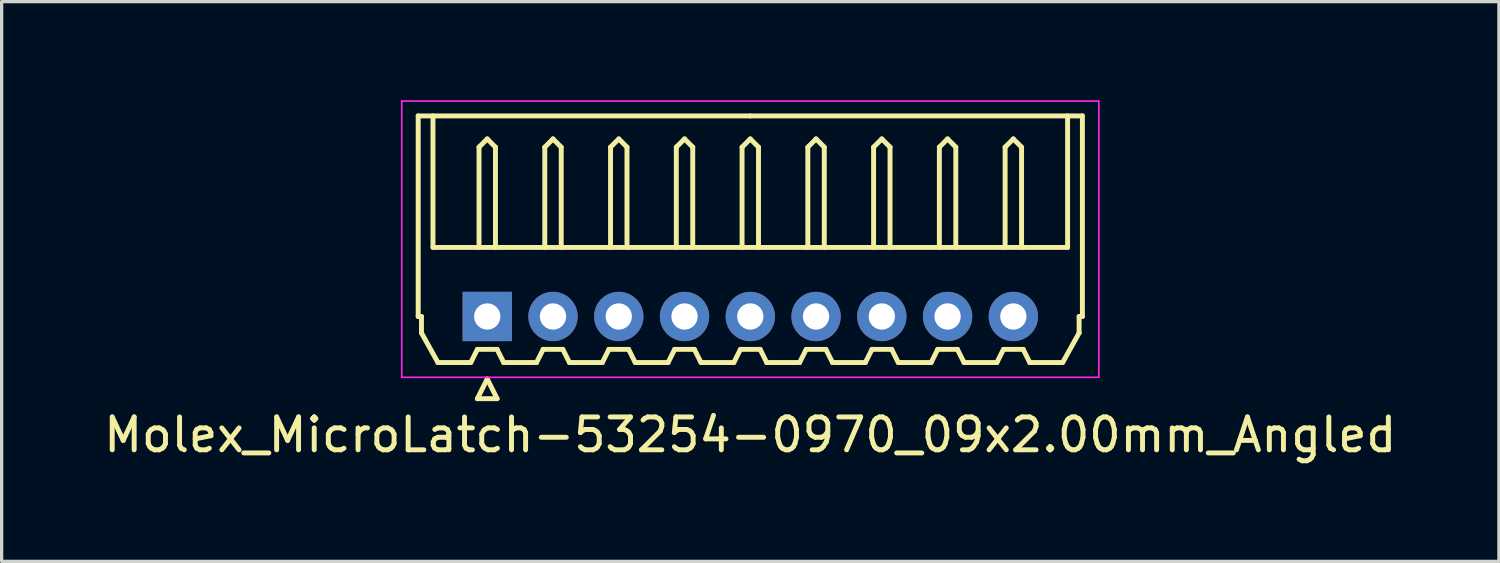
<source format=kicad_pcb>
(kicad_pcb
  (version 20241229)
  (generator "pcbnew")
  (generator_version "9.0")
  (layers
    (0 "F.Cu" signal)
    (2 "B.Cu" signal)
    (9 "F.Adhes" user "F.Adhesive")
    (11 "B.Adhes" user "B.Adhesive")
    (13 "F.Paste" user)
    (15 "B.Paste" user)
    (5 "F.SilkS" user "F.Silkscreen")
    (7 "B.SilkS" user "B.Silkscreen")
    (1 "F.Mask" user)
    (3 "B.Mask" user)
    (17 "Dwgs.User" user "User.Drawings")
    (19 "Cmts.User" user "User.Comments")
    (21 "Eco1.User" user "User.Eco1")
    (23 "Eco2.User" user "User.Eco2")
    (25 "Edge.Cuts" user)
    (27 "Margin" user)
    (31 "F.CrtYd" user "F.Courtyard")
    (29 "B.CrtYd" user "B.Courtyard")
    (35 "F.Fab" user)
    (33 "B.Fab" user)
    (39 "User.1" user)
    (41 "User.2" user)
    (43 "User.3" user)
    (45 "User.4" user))
  (footprint "Molex_MicroLatch-53254-0970_09x2.00mm_Angled"
    (layer "F.Cu")
    (at 11.768 6.575)
    (property "Reference" "Molex_MicroLatch-53254-0970_09x2.00mm_Angled" (at 8 3.6 0) (layer "F.SilkS") (effects (font (size 1 1) (thickness 0.15))))
    (attr through_hole)
    (fp_line (start -2.1 -6.1) (end 8 -6.1) (stroke (width 0.15) (type solid)) (layer "F.SilkS"))
    (fp_line (start -2.1 0) (end -2.1 -6.1) (stroke (width 0.15) (type solid)) (layer "F.SilkS"))
    (fp_line (start -2 0) (end -2.1 0) (stroke (width 0.15) (type solid)) (layer "F.SilkS"))
    (fp_line (start -2 0.5) (end -2 0) (stroke (width 0.15) (type solid)) (layer "F.SilkS"))
    (fp_line (start -1.65 -6.1) (end -1.65 -2.1) (stroke (width 0.15) (type solid)) (layer "F.SilkS"))
    (fp_line (start -1.65 -2.1) (end 17.65 -2.1) (stroke (width 0.15) (type solid)) (layer "F.SilkS"))
    (fp_line (start -1.5 1.4) (end -2 0.5) (stroke (width 0.15) (type solid)) (layer "F.SilkS"))
    (fp_line (start -0.5 1.4) (end -1.5 1.4) (stroke (width 0.15) (type solid)) (layer "F.SilkS"))
    (fp_line (start -0.3 1) (end -0.5 1.4) (stroke (width 0.15) (type solid)) (layer "F.SilkS"))
    (fp_line (start -0.3 1) (end 0.3 1) (stroke (width 0.15) (type solid)) (layer "F.SilkS"))
    (fp_line (start -0.3 2.5) (end 0.3 2.5) (stroke (width 0.15) (type solid)) (layer "F.SilkS"))
    (fp_line (start -0.25 -5.15) (end 0 -5.4) (stroke (width 0.15) (type solid)) (layer "F.SilkS"))
    (fp_line (start -0.25 -2.1) (end -0.25 -5.15) (stroke (width 0.15) (type solid)) (layer "F.SilkS"))
    (fp_line (start 0 -5.4) (end 0.25 -5.15) (stroke (width 0.15) (type solid)) (layer "F.SilkS"))
    (fp_line (start 0 1.9) (end -0.3 2.5) (stroke (width 0.15) (type solid)) (layer "F.SilkS"))
    (fp_line (start 0.25 -5.15) (end 0.25 -2.1) (stroke (width 0.15) (type solid)) (layer "F.SilkS"))
    (fp_line (start 0.3 1) (end 0.5 1.4) (stroke (width 0.15) (type solid)) (layer "F.SilkS"))
    (fp_line (start 0.3 2.5) (end 0 1.9) (stroke (width 0.15) (type solid)) (layer "F.SilkS"))
    (fp_line (start 0.5 1.4) (end 1.5 1.4) (stroke (width 0.15) (type solid)) (layer "F.SilkS"))
    (fp_line (start 1.5 1.4) (end 1.7 1) (stroke (width 0.15) (type solid)) (layer "F.SilkS"))
    (fp_line (start 1.7 1) (end 2.3 1) (stroke (width 0.15) (type solid)) (layer "F.SilkS"))
    (fp_line (start 1.75 -5.15) (end 2 -5.4) (stroke (width 0.15) (type solid)) (layer "F.SilkS"))
    (fp_line (start 1.75 -2.1) (end 1.75 -5.15) (stroke (width 0.15) (type solid)) (layer "F.SilkS"))
    (fp_line (start 2 -5.4) (end 2.25 -5.15) (stroke (width 0.15) (type solid)) (layer "F.SilkS"))
    (fp_line (start 2.25 -5.15) (end 2.25 -2.1) (stroke (width 0.15) (type solid)) (layer "F.SilkS"))
    (fp_line (start 2.3 1) (end 2.5 1.4) (stroke (width 0.15) (type solid)) (layer "F.SilkS"))
    (fp_line (start 2.5 1.4) (end 3.5 1.4) (stroke (width 0.15) (type solid)) (layer "F.SilkS"))
    (fp_line (start 3.5 1.4) (end 3.7 1) (stroke (width 0.15) (type solid)) (layer "F.SilkS"))
    (fp_line (start 3.7 1) (end 4.3 1) (stroke (width 0.15) (type solid)) (layer "F.SilkS"))
    (fp_line (start 3.75 -5.15) (end 4 -5.4) (stroke (width 0.15) (type solid)) (layer "F.SilkS"))
    (fp_line (start 3.75 -2.1) (end 3.75 -5.15) (stroke (width 0.15) (type solid)) (layer "F.SilkS"))
    (fp_line (start 4 -5.4) (end 4.25 -5.15) (stroke (width 0.15) (type solid)) (layer "F.SilkS"))
    (fp_line (start 4.25 -5.15) (end 4.25 -2.1) (stroke (width 0.15) (type solid)) (layer "F.SilkS"))
    (fp_line (start 4.3 1) (end 4.5 1.4) (stroke (width 0.15) (type solid)) (layer "F.SilkS"))
    (fp_line (start 4.5 1.4) (end 5.5 1.4) (stroke (width 0.15) (type solid)) (layer "F.SilkS"))
    (fp_line (start 5.5 1.4) (end 5.7 1) (stroke (width 0.15) (type solid)) (layer "F.SilkS"))
    (fp_line (start 5.7 1) (end 6.3 1) (stroke (width 0.15) (type solid)) (layer "F.SilkS"))
    (fp_line (start 5.75 -5.15) (end 6 -5.4) (stroke (width 0.15) (type solid)) (layer "F.SilkS"))
    (fp_line (start 5.75 -2.1) (end 5.75 -5.15) (stroke (width 0.15) (type solid)) (layer "F.SilkS"))
    (fp_line (start 6 -5.4) (end 6.25 -5.15) (stroke (width 0.15) (type solid)) (layer "F.SilkS"))
    (fp_line (start 6.25 -5.15) (end 6.25 -2.1) (stroke (width 0.15) (type solid)) (layer "F.SilkS"))
    (fp_line (start 6.3 1) (end 6.5 1.4) (stroke (width 0.15) (type solid)) (layer "F.SilkS"))
    (fp_line (start 6.5 1.4) (end 7.5 1.4) (stroke (width 0.15) (type solid)) (layer "F.SilkS"))
    (fp_line (start 7.5 1.4) (end 7.7 1) (stroke (width 0.15) (type solid)) (layer "F.SilkS"))
    (fp_line (start 7.7 1) (end 8.3 1) (stroke (width 0.15) (type solid)) (layer "F.SilkS"))
    (fp_line (start 7.75 -5.15) (end 8 -5.4) (stroke (width 0.15) (type solid)) (layer "F.SilkS"))
    (fp_line (start 7.75 -2.1) (end 7.75 -5.15) (stroke (width 0.15) (type solid)) (layer "F.SilkS"))
    (fp_line (start 8 -5.4) (end 8.25 -5.15) (stroke (width 0.15) (type solid)) (layer "F.SilkS"))
    (fp_line (start 8.25 -5.15) (end 8.25 -2.1) (stroke (width 0.15) (type solid)) (layer "F.SilkS"))
    (fp_line (start 8.3 1) (end 8.5 1.4) (stroke (width 0.15) (type solid)) (layer "F.SilkS"))
    (fp_line (start 8.5 1.4) (end 9.5 1.4) (stroke (width 0.15) (type solid)) (layer "F.SilkS"))
    (fp_line (start 9.5 1.4) (end 9.7 1) (stroke (width 0.15) (type solid)) (layer "F.SilkS"))
    (fp_line (start 9.7 1) (end 10.3 1) (stroke (width 0.15) (type solid)) (layer "F.SilkS"))
    (fp_line (start 9.75 -5.15) (end 10 -5.4) (stroke (width 0.15) (type solid)) (layer "F.SilkS"))
    (fp_line (start 9.75 -2.1) (end 9.75 -5.15) (stroke (width 0.15) (type solid)) (layer "F.SilkS"))
    (fp_line (start 10 -5.4) (end 10.25 -5.15) (stroke (width 0.15) (type solid)) (layer "F.SilkS"))
    (fp_line (start 10.25 -5.15) (end 10.25 -2.1) (stroke (width 0.15) (type solid)) (layer "F.SilkS"))
    (fp_line (start 10.3 1) (end 10.5 1.4) (stroke (width 0.15) (type solid)) (layer "F.SilkS"))
    (fp_line (start 10.5 1.4) (end 11.5 1.4) (stroke (width 0.15) (type solid)) (layer "F.SilkS"))
    (fp_line (start 11.5 1.4) (end 11.7 1) (stroke (width 0.15) (type solid)) (layer "F.SilkS"))
    (fp_line (start 11.7 1) (end 12.3 1) (stroke (width 0.15) (type solid)) (layer "F.SilkS"))
    (fp_line (start 11.75 -5.15) (end 12 -5.4) (stroke (width 0.15) (type solid)) (layer "F.SilkS"))
    (fp_line (start 11.75 -2.1) (end 11.75 -5.15) (stroke (width 0.15) (type solid)) (layer "F.SilkS"))
    (fp_line (start 12 -5.4) (end 12.25 -5.15) (stroke (width 0.15) (type solid)) (layer "F.SilkS"))
    (fp_line (start 12.25 -5.15) (end 12.25 -2.1) (stroke (width 0.15) (type solid)) (layer "F.SilkS"))
    (fp_line (start 12.3 1) (end 12.5 1.4) (stroke (width 0.15) (type solid)) (layer "F.SilkS"))
    (fp_line (start 12.5 1.4) (end 13.5 1.4) (stroke (width 0.15) (type solid)) (layer "F.SilkS"))
    (fp_line (start 13.5 1.4) (end 13.7 1) (stroke (width 0.15) (type solid)) (layer "F.SilkS"))
    (fp_line (start 13.7 1) (end 14.3 1) (stroke (width 0.15) (type solid)) (layer "F.SilkS"))
    (fp_line (start 13.75 -5.15) (end 14 -5.4) (stroke (width 0.15) (type solid)) (layer "F.SilkS"))
    (fp_line (start 13.75 -2.1) (end 13.75 -5.15) (stroke (width 0.15) (type solid)) (layer "F.SilkS"))
    (fp_line (start 14 -5.4) (end 14.25 -5.15) (stroke (width 0.15) (type solid)) (layer "F.SilkS"))
    (fp_line (start 14.25 -5.15) (end 14.25 -2.1) (stroke (width 0.15) (type solid)) (layer "F.SilkS"))
    (fp_line (start 14.3 1) (end 14.5 1.4) (stroke (width 0.15) (type solid)) (layer "F.SilkS"))
    (fp_line (start 14.5 1.4) (end 15.5 1.4) (stroke (width 0.15) (type solid)) (layer "F.SilkS"))
    (fp_line (start 15.5 1.4) (end 15.7 1) (stroke (width 0.15) (type solid)) (layer "F.SilkS"))
    (fp_line (start 15.7 1) (end 16.3 1) (stroke (width 0.15) (type solid)) (layer "F.SilkS"))
    (fp_line (start 15.75 -5.15) (end 16 -5.4) (stroke (width 0.15) (type solid)) (layer "F.SilkS"))
    (fp_line (start 15.75 -2.1) (end 15.75 -5.15) (stroke (width 0.15) (type solid)) (layer "F.SilkS"))
    (fp_line (start 16 -5.4) (end 16.25 -5.15) (stroke (width 0.15) (type solid)) (layer "F.SilkS"))
    (fp_line (start 16.25 -5.15) (end 16.25 -2.1) (stroke (width 0.15) (type solid)) (layer "F.SilkS"))
    (fp_line (start 16.3 1) (end 16.5 1.4) (stroke (width 0.15) (type solid)) (layer "F.SilkS"))
    (fp_line (start 16.5 1.4) (end 17.5 1.4) (stroke (width 0.15) (type solid)) (layer "F.SilkS"))
    (fp_line (start 17.5 1.4) (end 18 0.5) (stroke (width 0.15) (type solid)) (layer "F.SilkS"))
    (fp_line (start 17.65 -2.1) (end 17.65 -6.1) (stroke (width 0.15) (type solid)) (layer "F.SilkS"))
    (fp_line (start 18 0) (end 18.1 0) (stroke (width 0.15) (type solid)) (layer "F.SilkS"))
    (fp_line (start 18 0.5) (end 18 0) (stroke (width 0.15) (type solid)) (layer "F.SilkS"))
    (fp_line (start 18.1 -6.1) (end 8 -6.1) (stroke (width 0.15) (type solid)) (layer "F.SilkS"))
    (fp_line (start 18.1 0) (end 18.1 -6.1) (stroke (width 0.15) (type solid)) (layer "F.SilkS"))
    (fp_line (start -2.6 -6.55) (end -2.6 1.85) (stroke (width 0.05) (type solid)) (layer "F.CrtYd"))
    (fp_line (start -2.6 1.85) (end 18.6 1.85) (stroke (width 0.05) (type solid)) (layer "F.CrtYd"))
    (fp_line (start 18.6 -6.55) (end -2.6 -6.55) (stroke (width 0.05) (type solid)) (layer "F.CrtYd"))
    (fp_line (start 18.6 1.85) (end 18.6 -6.55) (stroke (width 0.05) (type solid)) (layer "F.CrtYd"))
    (pad "1" thru_hole rect (at 0 0) (size 1.5 1.5) (drill 0.8) (layers "*.Cu" "*.Mask"))
    (pad "2" thru_hole circle (at 2 0) (size 1.5 1.5) (drill 0.8) (layers "*.Cu" "*.Mask"))
    (pad "3" thru_hole circle (at 4 0) (size 1.5 1.5) (drill 0.8) (layers "*.Cu" "*.Mask"))
    (pad "4" thru_hole circle (at 6 0) (size 1.5 1.5) (drill 0.8) (layers "*.Cu" "*.Mask"))
    (pad "5" thru_hole circle (at 8 0) (size 1.5 1.5) (drill 0.8) (layers "*.Cu" "*.Mask"))
    (pad "6" thru_hole circle (at 10 0) (size 1.5 1.5) (drill 0.8) (layers "*.Cu" "*.Mask"))
    (pad "7" thru_hole circle (at 12 0) (size 1.5 1.5) (drill 0.8) (layers "*.Cu" "*.Mask"))
    (pad "8" thru_hole circle (at 14 0) (size 1.5 1.5) (drill 0.8) (layers "*.Cu" "*.Mask"))
    (pad "9" thru_hole circle (at 16 0) (size 1.5 1.5) (drill 0.8) (layers "*.Cu" "*.Mask")))
  (gr_rect
    (start -3 -3)
    (end 42.536 14.023)
    (stroke (width 0.1) (type default))
    (fill no)
    (layer "Edge.Cuts")))
</source>
